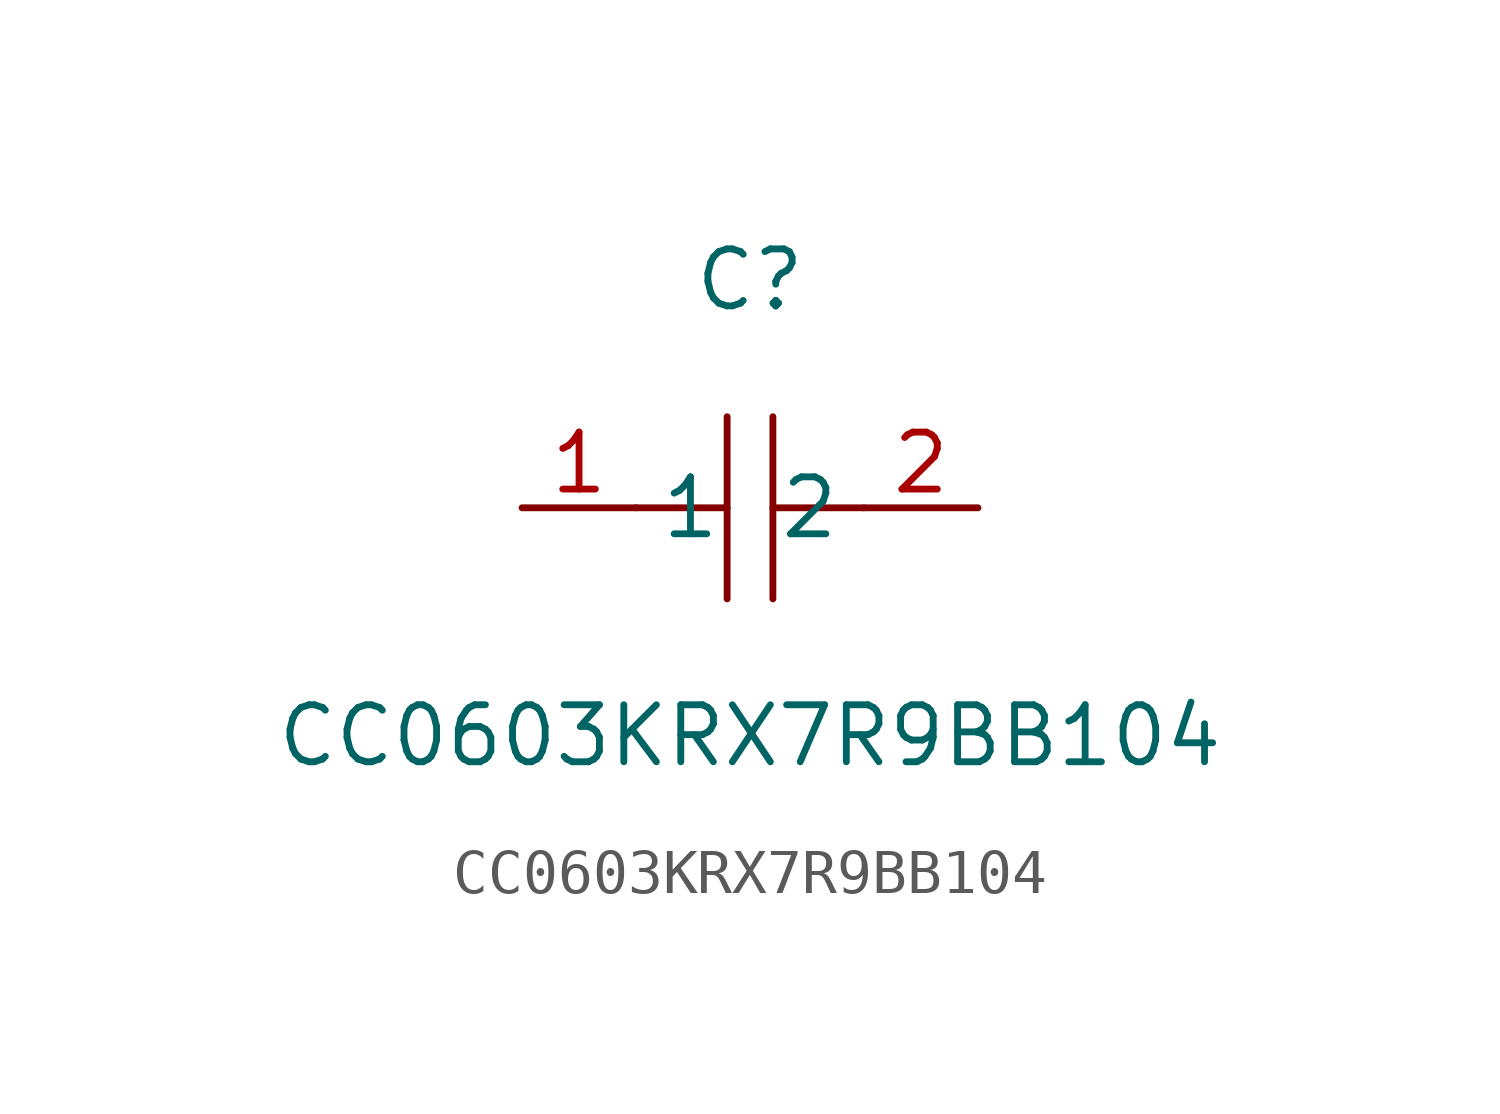
<source format=kicad_sym>
(kicad_symbol_lib
  (version 1)
  (generator "faebryk")
  (symbol "CC0603KRX7R9BB104"
    (property "Reference" "C"
      (at 0 5.08 0)
      (effects (font (size 1.27 1.27)) (hide no)))
    (property "Value" "CC0603KRX7R9BB104"
      (at 0 -5.08 0)
      (effects (font (size 1.27 1.27)) (hide no)))
    (symbol "CC0603KRX7R9BB104_0_1"
      (polyline (stroke (width 0) (type default) (color 0 0 0 0)) (fill (type none)) (pts (xy -0.51 -2.03) (xy -0.51 2.03)))
      (polyline (stroke (width 0) (type default) (color 0 0 0 0)) (fill (type none)) (pts (xy 2.54 0) (xy 0.51 0)))
      (polyline (stroke (width 0) (type default) (color 0 0 0 0)) (fill (type none)) (pts (xy 0.51 2.03) (xy 0.51 -2.03)))
      (polyline (stroke (width 0) (type default) (color 0 0 0 0)) (fill (type none)) (pts (xy -0.51 0) (xy -2.54 0)))
      (pin unspecified line (at -5.08 0 0) (length 2.54) (name "1" (effects (font (size 1.27 1.27)) (hide no))) (number "1" (effects (font (size 1.27 1.27)) (hide no))))
      (pin unspecified line (at 5.08 0 180) (length 2.54) (name "2" (effects (font (size 1.27 1.27)) (hide no))) (number "2" (effects (font (size 1.27 1.27)) (hide no)))))))
</source>
